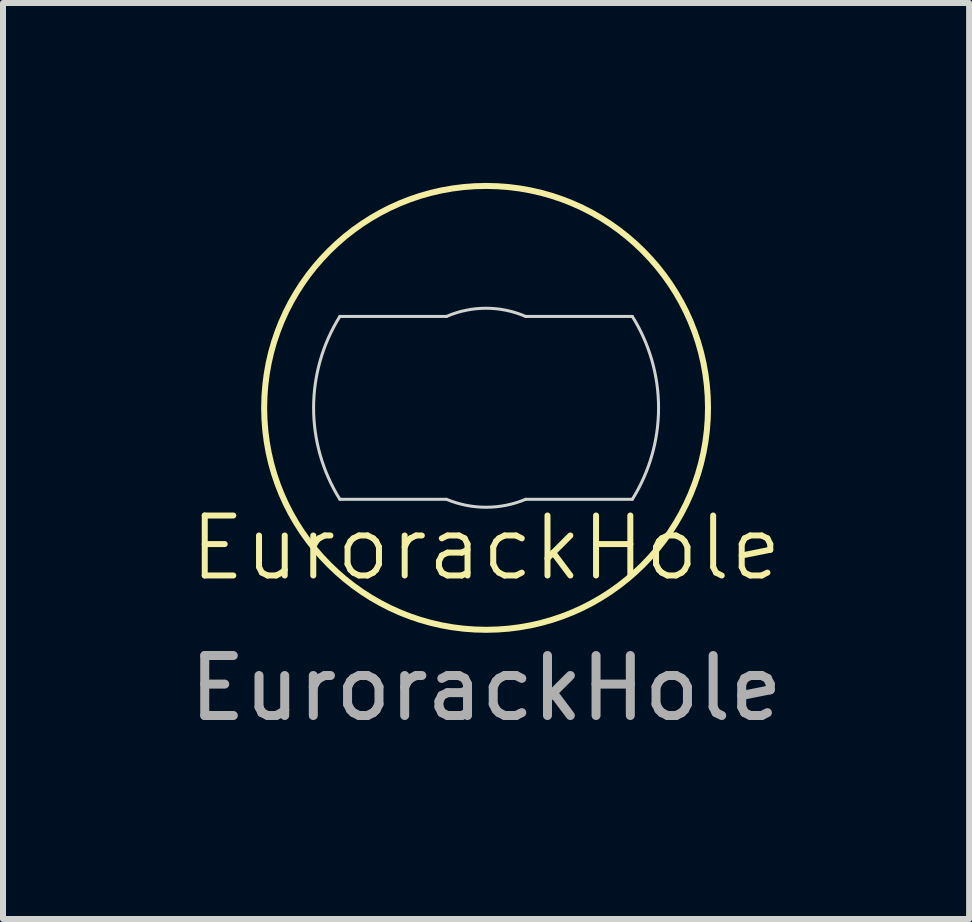
<source format=kicad_pcb>
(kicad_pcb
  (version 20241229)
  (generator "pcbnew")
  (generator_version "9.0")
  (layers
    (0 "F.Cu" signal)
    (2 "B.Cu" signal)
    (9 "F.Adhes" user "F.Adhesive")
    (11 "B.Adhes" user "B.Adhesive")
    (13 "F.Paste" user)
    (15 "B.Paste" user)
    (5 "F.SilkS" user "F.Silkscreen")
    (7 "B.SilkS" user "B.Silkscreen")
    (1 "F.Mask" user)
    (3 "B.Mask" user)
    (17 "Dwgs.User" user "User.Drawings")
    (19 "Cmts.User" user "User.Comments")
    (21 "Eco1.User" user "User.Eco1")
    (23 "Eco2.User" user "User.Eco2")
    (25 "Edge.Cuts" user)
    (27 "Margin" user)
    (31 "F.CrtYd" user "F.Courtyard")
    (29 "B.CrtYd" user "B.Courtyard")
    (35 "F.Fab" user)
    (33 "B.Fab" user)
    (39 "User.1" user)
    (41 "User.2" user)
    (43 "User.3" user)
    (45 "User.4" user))
  (footprint "EurorackHole"
    (layer "F.Cu")
    (at 5.054 3.75)
    (property "Reference" "EurorackHole" (at 0 2.337 0) (unlocked yes) (layer "F.SilkS") (effects (font (size 1 1) (thickness 0.1))))
    (attr through_hole)
    (fp_circle (center 0 0) (end 3.5 0) (stroke (width 0.1) (type solid)) (fill yes) (layer "F.Mask"))
    (fp_circle (center 0 0) (end 3.7 0) (stroke (width 0.1) (type default)) (fill no) (layer "F.SilkS"))
    (fp_line (start -2.438 -1.524) (end -0.66 -1.524) (stroke (width 0.05) (type default)) (layer "Edge.Cuts"))
    (fp_line (start -0.66 1.524) (end -2.438 1.524) (stroke (width 0.05) (type default)) (layer "Edge.Cuts"))
    (fp_line (start 0.66 1.524) (end 2.438 1.524) (stroke (width 0.05) (type default)) (layer "Edge.Cuts"))
    (fp_line (start 2.438 -1.524) (end 0.66 -1.524) (stroke (width 0.05) (type default)) (layer "Edge.Cuts"))
    (fp_arc (start -2.4384 1.524) (mid -2.875477 0) (end -2.4384 -1.524) (stroke (width 0.05) (type default)) (layer "Edge.Cuts"))
    (fp_arc (start -0.6604 -1.523999) (mid 0 -1.660934) (end 0.6604 -1.523999) (stroke (width 0.05) (type default)) (layer "Edge.Cuts"))
    (fp_arc (start 0.6604 1.524) (mid 0 1.656866) (end -0.6604 1.524) (stroke (width 0.05) (type default)) (layer "Edge.Cuts"))
    (fp_arc (start 2.4384 -1.524) (mid 2.875477 0) (end 2.4384 1.524) (stroke (width 0.05) (type default)) (layer "Edge.Cuts"))
    (fp_text user "${REFERENCE}" (at 0 4.674 0) (unlocked yes) (layer "F.Fab") (effects (font (size 1 1) (thickness 0.15)))))
  (gr_rect
    (start -3 -3)
    (end 13.107 12.272)
    (stroke (width 0.1) (type default))
    (fill no)
    (layer "Edge.Cuts")))
</source>
